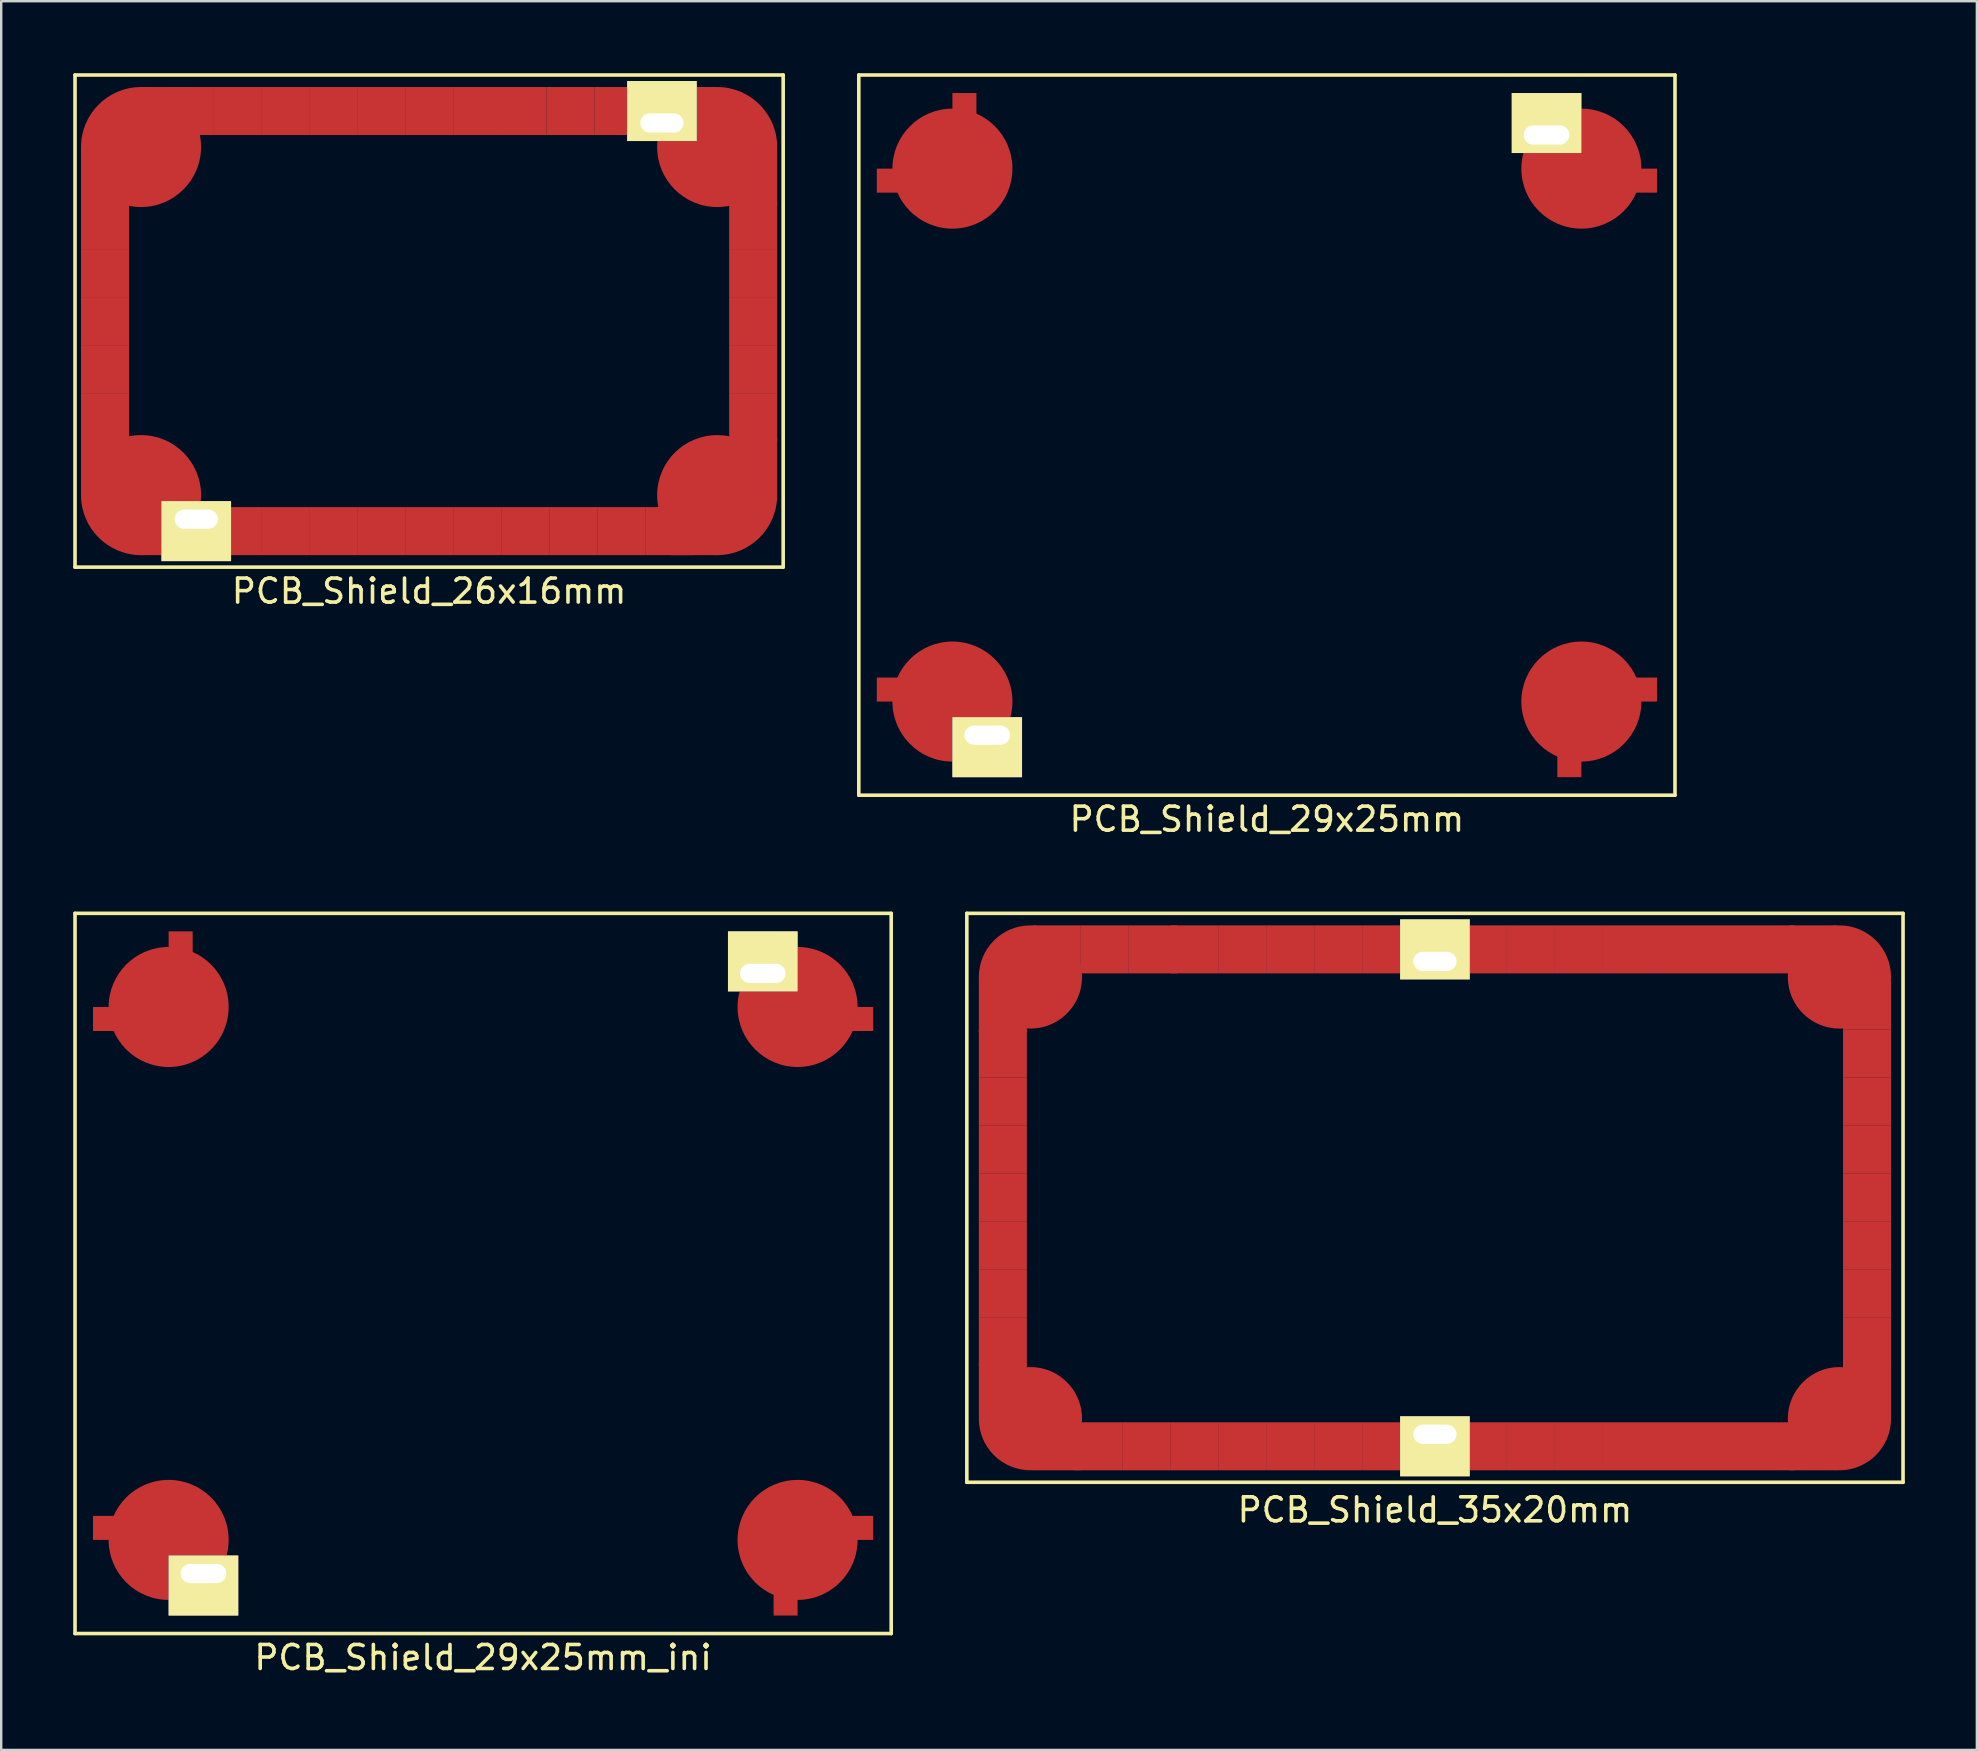
<source format=kicad_pcb>
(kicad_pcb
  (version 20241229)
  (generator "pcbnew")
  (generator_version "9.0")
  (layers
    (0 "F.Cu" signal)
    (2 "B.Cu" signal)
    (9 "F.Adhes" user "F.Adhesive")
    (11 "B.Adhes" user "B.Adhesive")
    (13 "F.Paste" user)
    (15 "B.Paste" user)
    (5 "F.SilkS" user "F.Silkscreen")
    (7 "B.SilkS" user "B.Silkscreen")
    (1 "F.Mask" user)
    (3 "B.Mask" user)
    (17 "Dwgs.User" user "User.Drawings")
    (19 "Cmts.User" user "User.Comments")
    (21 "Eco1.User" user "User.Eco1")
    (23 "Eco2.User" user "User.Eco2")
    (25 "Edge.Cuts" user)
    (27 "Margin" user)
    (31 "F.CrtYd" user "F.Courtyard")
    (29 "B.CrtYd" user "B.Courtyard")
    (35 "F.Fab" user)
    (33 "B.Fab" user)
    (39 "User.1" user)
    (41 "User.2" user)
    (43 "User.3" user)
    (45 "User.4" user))
  (footprint "PCB_Shield_29x25mm"
    (layer "F.Cu")
    (at 49.725 15.075)
    (property "Reference" "PCB_Shield_29x25mm" (at 0 16 0) (layer "F.SilkS") (effects (font (size 1 1) (thickness 0.15))))
    (attr through_hole)
    (fp_line (start -17 -15) (end 17 -15) (stroke (width 0.15) (type solid)) (layer "F.SilkS"))
    (fp_line (start -17 15) (end -17 -15) (stroke (width 0.15) (type solid)) (layer "F.SilkS"))
    (fp_line (start 17 -15) (end 17 15) (stroke (width 0.15) (type solid)) (layer "F.SilkS"))
    (fp_line (start 17 15) (end -17 15) (stroke (width 0.15) (type solid)) (layer "F.SilkS"))
    (pad "1" smd rect (at -14.5 -10.6) (size 2.5 1) (drill oval (offset -0.5 0)) (layers "F.Cu" "F.Mask" "F.Paste"))
    (pad "1" smd rect (at -14.5 10.6) (size 2.5 1) (drill oval (offset -0.5 0)) (layers "F.Cu" "F.Mask" "F.Paste"))
    (pad "1" smd circle (at -13.1 -11.1) (size 5 5) (layers "F.Cu" "F.Mask" "F.Paste"))
    (pad "1" smd circle (at -13.1 11.1) (size 5 5) (layers "F.Cu" "F.Mask" "F.Paste"))
    (pad "1" smd rect (at -12.6 -12.5) (size 1 2.5) (drill oval (offset 0 -0.5)) (layers "F.Cu" "F.Mask" "F.Paste"))
    (pad "1" thru_hole rect (at -11.65 12.5) (size 2.9 2.5) (drill oval 1.9 0.8 (offset 0 0.5)) (layers "*.Cu" "*.Mask" "F.SilkS"))
    (pad "1" thru_hole rect (at 11.65 -12.5) (size 2.9 2.5) (drill oval 1.9 0.8 (offset 0 -0.5)) (layers "*.Cu" "*.Mask" "F.SilkS"))
    (pad "1" smd rect (at 12.6 12.5) (size 1 2.5) (drill oval (offset 0 0.5)) (layers "F.Cu" "F.Mask" "F.Paste"))
    (pad "1" smd circle (at 13.1 -11.1) (size 5 5) (layers "F.Cu" "F.Mask" "F.Paste"))
    (pad "1" smd circle (at 13.1 11.1) (size 5 5) (layers "F.Cu" "F.Mask" "F.Paste"))
    (pad "1" smd rect (at 14.5 -10.6) (size 2.5 1) (drill oval (offset 0.5 0)) (layers "F.Cu" "F.Mask" "F.Paste"))
    (pad "1" smd rect (at 14.5 10.6) (size 2.5 1) (drill oval (offset 0.5 0)) (layers "F.Cu" "F.Mask" "F.Paste")))
  (footprint "PCB_Shield_35x20mm"
    (layer "F.Cu")
    (at 56.725 46.848)
    (property "Reference" "PCB_Shield_35x20mm" (at 0 13 0) (layer "F.SilkS") (effects (font (size 1 1) (thickness 0.15))))
    (attr through_hole)
    (fp_line (start -19.5 -11.85) (end 19.5 -11.85) (stroke (width 0.15) (type solid)) (layer "F.SilkS"))
    (fp_line (start -19.5 11.85) (end -19.5 -11.85) (stroke (width 0.15) (type solid)) (layer "F.SilkS"))
    (fp_line (start 19.5 -11.85) (end 19.5 11.85) (stroke (width 0.15) (type solid)) (layer "F.SilkS"))
    (fp_line (start 19.5 11.85) (end -19.5 11.85) (stroke (width 0.15) (type solid)) (layer "F.SilkS"))
    (pad "1" smd rect (at -17.5 -8) (size 2 2.2) (drill (offset -0.5 0)) (layers "F.Cu" "F.Mask" "F.Paste"))
    (pad "1" smd rect (at -17.5 -6) (size 2 2) (drill (offset -0.5 0)) (layers "F.Cu" "F.Mask" "F.Paste"))
    (pad "1" smd rect (at -17.5 -4) (size 2 2) (drill (offset -0.5 0)) (layers "F.Cu" "F.Mask" "F.Paste"))
    (pad "1" smd rect (at -17.5 -2) (size 2 2) (drill (offset -0.5 0)) (layers "F.Cu" "F.Mask" "F.Paste"))
    (pad "1" smd rect (at -17.5 0) (size 2 2) (drill (offset -0.5 0)) (layers "F.Cu" "F.Mask" "F.Paste"))
    (pad "1" smd rect (at -17.5 2) (size 2 2) (drill (offset -0.5 0)) (layers "F.Cu" "F.Mask" "F.Paste"))
    (pad "1" smd rect (at -17.5 4) (size 2 2) (drill (offset -0.5 0)) (layers "F.Cu" "F.Mask" "F.Paste"))
    (pad "1" smd rect (at -17.5 6) (size 2 2) (drill (offset -0.5 0)) (layers "F.Cu" "F.Mask" "F.Paste"))
    (pad "1" smd rect (at -17.5 8) (size 2 2.2) (drill (offset -0.5 0)) (layers "F.Cu" "F.Mask" "F.Paste"))
    (pad "1" smd circle (at -16.85 -9.2) (size 4.3 4.3) (layers "F.Cu" "F.Mask" "F.Paste"))
    (pad "1" smd circle (at -16.85 9.2) (size 4.3 4.3) (layers "F.Cu" "F.Mask" "F.Paste"))
    (pad "1" smd rect (at -15.75 -9.85) (size 2 2) (drill (offset 0 -0.5)) (layers "F.Cu" "F.Mask" "F.Paste"))
    (pad "1" smd rect (at -15.75 9.85) (size 2 2) (drill (offset 0 0.5)) (layers "F.Cu" "F.Mask" "F.Paste"))
    (pad "1" smd rect (at -14 9.85) (size 2 2) (drill (offset 0 0.5)) (layers "F.Cu" "F.Mask" "F.Paste"))
    (pad "1" smd rect (at -13.75 -9.85) (size 2 2) (drill (offset 0 -0.5)) (layers "F.Cu" "F.Mask" "F.Paste"))
    (pad "1" smd rect (at -12 9.85) (size 2 2) (drill (offset 0 0.5)) (layers "F.Cu" "F.Mask" "F.Paste"))
    (pad "1" smd rect (at -11.75 -9.85) (size 2 2) (drill (offset 0 -0.5)) (layers "F.Cu" "F.Mask" "F.Paste"))
    (pad "1" smd rect (at -10 -9.85) (size 2 2) (drill (offset 0 -0.5)) (layers "F.Cu" "F.Mask" "F.Paste"))
    (pad "1" smd rect (at -10 9.85) (size 2 2) (drill (offset 0 0.5)) (layers "F.Cu" "F.Mask" "F.Paste"))
    (pad "1" smd rect (at -8 -9.85) (size 2 2) (drill (offset 0 -0.5)) (layers "F.Cu" "F.Mask" "F.Paste"))
    (pad "1" smd rect (at -8 9.85) (size 2 2) (drill (offset 0 0.5)) (layers "F.Cu" "F.Mask" "F.Paste"))
    (pad "1" smd rect (at -6 -9.85) (size 2 2) (drill (offset 0 -0.5)) (layers "F.Cu" "F.Mask" "F.Paste"))
    (pad "1" smd rect (at -6 9.85) (size 2 2) (drill (offset 0 0.5)) (layers "F.Cu" "F.Mask" "F.Paste"))
    (pad "1" smd rect (at -4 -9.85) (size 2 2) (drill (offset 0 -0.5)) (layers "F.Cu" "F.Mask" "F.Paste"))
    (pad "1" smd rect (at -4 9.85) (size 2 2) (drill (offset 0 0.5)) (layers "F.Cu" "F.Mask" "F.Paste"))
    (pad "1" smd rect (at -2 -9.85) (size 2 2) (drill (offset 0 -0.5)) (layers "F.Cu" "F.Mask" "F.Paste"))
    (pad "1" smd rect (at -2 9.85) (size 2 2) (drill (offset 0 0.5)) (layers "F.Cu" "F.Mask" "F.Paste"))
    (pad "1" smd rect (at 0 -9.85) (size 2 2) (drill (offset 0 -0.5)) (layers "F.Cu" "F.Mask" "F.Paste"))
    (pad "1" smd rect (at 0 9.85) (size 2 2) (drill (offset 0 0.5)) (layers "F.Cu" "F.Mask" "F.Paste"))
    (pad "1" thru_hole rect (at 0 9.85) (size 2.9 2.5) (drill oval 1.8 0.8 (offset 0 0.5)) (layers "*.Cu" "*.Mask" "F.SilkS"))
    (pad "1" smd rect (at 2 -9.85) (size 2 2) (drill (offset 0 -0.5)) (layers "F.Cu" "F.Mask" "F.Paste"))
    (pad "1" smd rect (at 2 9.85) (size 2 2) (drill (offset 0 0.5)) (layers "F.Cu" "F.Mask" "F.Paste"))
    (pad "1" smd rect (at 4 -9.85) (size 2 2) (drill (offset 0 -0.5)) (layers "F.Cu" "F.Mask" "F.Paste"))
    (pad "1" smd rect (at 4 9.85) (size 2 2) (drill (offset 0 0.5)) (layers "F.Cu" "F.Mask" "F.Paste"))
    (pad "1" smd rect (at 6 -9.85) (size 2 2) (drill (offset 0 -0.5)) (layers "F.Cu" "F.Mask" "F.Paste"))
    (pad "1" smd rect (at 6 9.85) (size 2 2) (drill (offset 0 0.5)) (layers "F.Cu" "F.Mask" "F.Paste"))
    (pad "1" smd rect (at 8 -9.85) (size 2 2) (drill (offset 0 -0.5)) (layers "F.Cu" "F.Mask" "F.Paste"))
    (pad "1" smd rect (at 8 9.85) (size 2 2) (drill (offset 0 0.5)) (layers "F.Cu" "F.Mask" "F.Paste"))
    (pad "1" smd rect (at 10 -9.85) (size 2 2) (drill (offset 0 -0.5)) (layers "F.Cu" "F.Mask" "F.Paste"))
    (pad "1" smd rect (at 10 9.85) (size 2 2) (drill (offset 0 0.5)) (layers "F.Cu" "F.Mask" "F.Paste"))
    (pad "1" smd rect (at 12 -9.85) (size 2 2) (drill (offset 0 -0.5)) (layers "F.Cu" "F.Mask" "F.Paste"))
    (pad "1" smd rect (at 12 9.85) (size 2 2) (drill (offset 0 0.5)) (layers "F.Cu" "F.Mask" "F.Paste"))
    (pad "1" smd rect (at 14 -9.85) (size 2 2) (drill (offset 0 -0.5)) (layers "F.Cu" "F.Mask" "F.Paste"))
    (pad "1" smd rect (at 14 9.85) (size 2 2) (drill (offset 0 0.5)) (layers "F.Cu" "F.Mask" "F.Paste"))
    (pad "1" smd rect (at 15.75 -9.85) (size 2 2) (drill (offset 0 -0.5)) (layers "F.Cu" "F.Mask" "F.Paste"))
    (pad "1" smd rect (at 15.75 9.85) (size 2 2) (drill (offset 0 0.5)) (layers "F.Cu" "F.Mask" "F.Paste"))
    (pad "1" smd circle (at 16.85 -9.2) (size 4.3 4.3) (layers "F.Cu" "F.Mask" "F.Paste"))
    (pad "1" smd circle (at 16.85 9.2) (size 4.3 4.3) (layers "F.Cu" "F.Mask" "F.Paste"))
    (pad "1" smd rect (at 17.5 -8) (size 2 2) (drill (offset 0.5 0)) (layers "F.Cu" "F.Mask" "F.Paste"))
    (pad "1" smd rect (at 17.5 -6) (size 2 2) (drill (offset 0.5 0)) (layers "F.Cu" "F.Mask" "F.Paste"))
    (pad "1" smd rect (at 17.5 -4) (size 2 2) (drill (offset 0.5 0)) (layers "F.Cu" "F.Mask" "F.Paste"))
    (pad "1" smd rect (at 17.5 -2) (size 2 2) (drill (offset 0.5 0)) (layers "F.Cu" "F.Mask" "F.Paste"))
    (pad "1" smd rect (at 17.5 0) (size 2 2) (drill (offset 0.5 0)) (layers "F.Cu" "F.Mask" "F.Paste"))
    (pad "1" smd rect (at 17.5 2) (size 2 2) (drill (offset 0.5 0)) (layers "F.Cu" "F.Mask" "F.Paste"))
    (pad "1" smd rect (at 17.5 4) (size 2 2) (drill (offset 0.5 0)) (layers "F.Cu" "F.Mask" "F.Paste"))
    (pad "1" smd rect (at 17.5 6) (size 2 2) (drill (offset 0.5 0)) (layers "F.Cu" "F.Mask" "F.Paste"))
    (pad "1" smd rect (at 17.5 8) (size 2 2.2) (drill (offset 0.5 0)) (layers "F.Cu" "F.Mask" "F.Paste"))
    (pad "2" thru_hole rect (at 0 -9.85) (size 2.9 2.5) (drill oval 1.8 0.8 (offset 0 -0.5)) (layers "*.Cu" "*.Mask" "F.SilkS")))
  (footprint "PCB_Shield_26x16mm"
    (layer "F.Cu")
    (at 14.825 10.325)
    (property "Reference" "PCB_Shield_26x16mm" (at 0 11.25 0) (layer "F.SilkS") (effects (font (size 1 1) (thickness 0.15))))
    (attr through_hole)
    (fp_line (start -14.75 -10.25) (end 14.75 -10.25) (stroke (width 0.15) (type solid)) (layer "F.SilkS"))
    (fp_line (start -14.75 10.25) (end -14.75 -10.25) (stroke (width 0.15) (type solid)) (layer "F.SilkS"))
    (fp_line (start 14.75 -10.25) (end 14.75 10.25) (stroke (width 0.15) (type solid)) (layer "F.SilkS"))
    (fp_line (start 14.75 10.25) (end -14.75 10.25) (stroke (width 0.15) (type solid)) (layer "F.SilkS"))
    (pad "1" smd rect (at -13 -6) (size 2 2.3) (drill (offset -0.5 0)) (layers "F.Cu" "F.Mask" "F.Paste"))
    (pad "1" smd rect (at -13 -4) (size 2 2) (drill (offset -0.5 0)) (layers "F.Cu" "F.Mask" "F.Paste"))
    (pad "1" smd rect (at -13 -2) (size 2 2) (drill (offset -0.5 0)) (layers "F.Cu" "F.Mask" "F.Paste"))
    (pad "1" smd rect (at -13 0) (size 2 2) (drill (offset -0.5 0)) (layers "F.Cu" "F.Mask" "F.Paste"))
    (pad "1" smd rect (at -13 2) (size 2 2) (drill (offset -0.5 0)) (layers "F.Cu" "F.Mask" "F.Paste"))
    (pad "1" smd rect (at -13 4) (size 2 2) (drill (offset -0.5 0)) (layers "F.Cu" "F.Mask" "F.Paste"))
    (pad "1" smd rect (at -13 6) (size 2 2.3) (drill (offset -0.5 0)) (layers "F.Cu" "F.Mask" "F.Paste"))
    (pad "1" smd circle (at -12 -7.25) (size 5 5) (layers "F.Cu" "F.Mask" "F.Paste"))
    (pad "1" smd circle (at -12 7.25) (size 5 5) (layers "F.Cu" "F.Mask" "F.Paste"))
    (pad "1" smd rect (at -11.05 -8.25) (size 2 2) (drill (offset 0 -0.5)) (layers "F.Cu" "F.Mask" "F.Paste"))
    (pad "1" smd rect (at -11.05 8.25) (size 2 2) (drill (offset 0 0.5)) (layers "F.Cu" "F.Mask" "F.Paste"))
    (pad "1" smd rect (at -10 -8.25) (size 2 2) (drill (offset 0 -0.5)) (layers "F.Cu" "F.Mask" "F.Paste"))
    (pad "1" smd rect (at -10 8.25) (size 2 2) (drill (offset 0 0.5)) (layers "F.Cu" "F.Mask" "F.Paste"))
    (pad "1" thru_hole rect (at -9.7 8.25) (size 2.9 2.5) (drill oval 1.8 0.8 (offset 0 0.5)) (layers "*.Cu" "*.Mask" "F.SilkS"))
    (pad "1" smd rect (at -8 -8.25) (size 2 2) (drill (offset 0 -0.5)) (layers "F.Cu" "F.Mask" "F.Paste"))
    (pad "1" smd rect (at -8 8.25) (size 2 2) (drill (offset 0 0.5)) (layers "F.Cu" "F.Mask" "F.Paste"))
    (pad "1" smd rect (at -6 -8.25) (size 2 2) (drill (offset 0 -0.5)) (layers "F.Cu" "F.Mask" "F.Paste"))
    (pad "1" smd rect (at -6 8.25) (size 2 2) (drill (offset 0 0.5)) (layers "F.Cu" "F.Mask" "F.Paste"))
    (pad "1" smd rect (at -4 -8.25) (size 2 2) (drill (offset 0 -0.5)) (layers "F.Cu" "F.Mask" "F.Paste"))
    (pad "1" smd rect (at -4 8.25) (size 2 2) (drill (offset 0 0.5)) (layers "F.Cu" "F.Mask" "F.Paste"))
    (pad "1" smd rect (at -2 -8.25) (size 2 2) (drill (offset 0 -0.5)) (layers "F.Cu" "F.Mask" "F.Paste"))
    (pad "1" smd rect (at -2 8.25) (size 2 2) (drill (offset 0 0.5)) (layers "F.Cu" "F.Mask" "F.Paste"))
    (pad "1" smd rect (at 0 -8.25) (size 2 2) (drill (offset 0 -0.5)) (layers "F.Cu" "F.Mask" "F.Paste"))
    (pad "1" smd rect (at 0 8.25) (size 2 2) (drill (offset 0 0.5)) (layers "F.Cu" "F.Mask" "F.Paste"))
    (pad "1" smd rect (at 2 -8.25) (size 2 2) (drill (offset 0 -0.5)) (layers "F.Cu" "F.Mask" "F.Paste"))
    (pad "1" smd rect (at 2 8.25) (size 2 2) (drill (offset 0 0.5)) (layers "F.Cu" "F.Mask" "F.Paste"))
    (pad "1" smd rect (at 3.9 -8.25) (size 2 2) (drill (offset 0 -0.5)) (layers "F.Cu" "F.Mask" "F.Paste"))
    (pad "1" smd rect (at 4 8.25) (size 2 2) (drill (offset 0 0.5)) (layers "F.Cu" "F.Mask" "F.Paste"))
    (pad "1" smd rect (at 5.9 -8.25) (size 2 2) (drill (offset 0 -0.5)) (layers "F.Cu" "F.Mask" "F.Paste"))
    (pad "1" smd rect (at 6 8.25) (size 2 2) (drill (offset 0 0.5)) (layers "F.Cu" "F.Mask" "F.Paste"))
    (pad "1" smd rect (at 7.9 -8.25) (size 2 2) (drill (offset 0 -0.5)) (layers "F.Cu" "F.Mask" "F.Paste"))
    (pad "1" smd rect (at 8 8.25) (size 2 2) (drill (offset 0 0.5)) (layers "F.Cu" "F.Mask" "F.Paste"))
    (pad "1" smd rect (at 9 -8.25) (size 2 2) (drill (offset 0 -0.5)) (layers "F.Cu" "F.Mask" "F.Paste"))
    (pad "1" thru_hole rect (at 9.7 -8.25) (size 2.9 2.5) (drill oval 1.8 0.8 (offset 0 -0.5)) (layers "*.Cu" "*.Mask" "F.SilkS"))
    (pad "1" smd rect (at 10 8.25) (size 2 2) (drill (offset 0 0.5)) (layers "F.Cu" "F.Mask" "F.Paste"))
    (pad "1" smd rect (at 11 -8.25) (size 2 2) (drill (offset 0 -0.5)) (layers "F.Cu" "F.Mask" "F.Paste"))
    (pad "1" smd rect (at 11.05 8.25) (size 2 2) (drill (offset 0 0.5)) (layers "F.Cu" "F.Mask" "F.Paste"))
    (pad "1" smd circle (at 12 -7.25) (size 5 5) (layers "F.Cu" "F.Mask" "F.Paste"))
    (pad "1" smd circle (at 12 7.25) (size 5 5) (layers "F.Cu" "F.Mask" "F.Paste"))
    (pad "1" smd rect (at 13 -5.95) (size 2 2.3) (drill (offset 0.5 0)) (layers "F.Cu" "F.Mask" "F.Paste"))
    (pad "1" smd rect (at 13 -4) (size 2 2) (drill (offset 0.5 0)) (layers "F.Cu" "F.Mask" "F.Paste"))
    (pad "1" smd rect (at 13 -2) (size 2 2) (drill (offset 0.5 0)) (layers "F.Cu" "F.Mask" "F.Paste"))
    (pad "1" smd rect (at 13 0) (size 2 2) (drill (offset 0.5 0)) (layers "F.Cu" "F.Mask" "F.Paste"))
    (pad "1" smd rect (at 13 2) (size 2 2) (drill (offset 0.5 0)) (layers "F.Cu" "F.Mask" "F.Paste"))
    (pad "1" smd rect (at 13 4) (size 2 2) (drill (offset 0.5 0)) (layers "F.Cu" "F.Mask" "F.Paste"))
    (pad "1" smd rect (at 13 6) (size 2 2.3) (drill (offset 0.5 0)) (layers "F.Cu" "F.Mask" "F.Paste")))
  (footprint "PCB_Shield_29x25mm_ini"
    (layer "F.Cu")
    (at 17.075 49.998)
    (property "Reference" "PCB_Shield_29x25mm_ini" (at 0 16 0) (layer "F.SilkS") (effects (font (size 1 1) (thickness 0.15))))
    (attr through_hole)
    (fp_line (start -17 -15) (end 17 -15) (stroke (width 0.15) (type solid)) (layer "F.SilkS"))
    (fp_line (start -17 15) (end -17 -15) (stroke (width 0.15) (type solid)) (layer "F.SilkS"))
    (fp_line (start 17 -15) (end 17 15) (stroke (width 0.15) (type solid)) (layer "F.SilkS"))
    (fp_line (start 17 15) (end -17 15) (stroke (width 0.15) (type solid)) (layer "F.SilkS"))
    (pad "1" smd rect (at -14.5 -10.6) (size 2.5 1) (drill oval (offset -0.5 0)) (layers "F.Cu" "F.Mask" "F.Paste"))
    (pad "1" smd rect (at -14.5 10.6) (size 2.5 1) (drill oval (offset -0.5 0)) (layers "F.Cu" "F.Mask" "F.Paste"))
    (pad "1" smd circle (at -13.1 -11.1) (size 5 5) (layers "F.Cu" "F.Mask" "F.Paste"))
    (pad "1" smd circle (at -13.1 11.1) (size 5 5) (layers "F.Cu" "F.Mask" "F.Paste"))
    (pad "1" smd rect (at -12.6 -12.5) (size 1 2.5) (drill oval (offset 0 -0.5)) (layers "F.Cu" "F.Mask" "F.Paste"))
    (pad "1" thru_hole rect (at -11.65 12.5) (size 2.9 2.5) (drill oval 1.9 0.8 (offset 0 0.5)) (layers "*.Cu" "*.Mask" "F.SilkS"))
    (pad "1" thru_hole rect (at 11.65 -12.5) (size 2.9 2.5) (drill oval 1.9 0.8 (offset 0 -0.5)) (layers "*.Cu" "*.Mask" "F.SilkS"))
    (pad "1" smd rect (at 12.6 12.5) (size 1 2.5) (drill oval (offset 0 0.5)) (layers "F.Cu" "F.Mask" "F.Paste"))
    (pad "1" smd circle (at 13.1 -11.1) (size 5 5) (layers "F.Cu" "F.Mask" "F.Paste"))
    (pad "1" smd circle (at 13.1 11.1) (size 5 5) (layers "F.Cu" "F.Mask" "F.Paste"))
    (pad "1" smd rect (at 14.5 -10.6) (size 2.5 1) (drill oval (offset 0.5 0)) (layers "F.Cu" "F.Mask" "F.Paste"))
    (pad "1" smd rect (at 14.5 10.6) (size 2.5 1) (drill oval (offset 0.5 0)) (layers "F.Cu" "F.Mask" "F.Paste")))
  (gr_rect
    (start -3 -3)
    (end 79.3 69.847)
    (stroke (width 0.1) (type default))
    (fill no)
    (layer "Edge.Cuts")))
</source>
